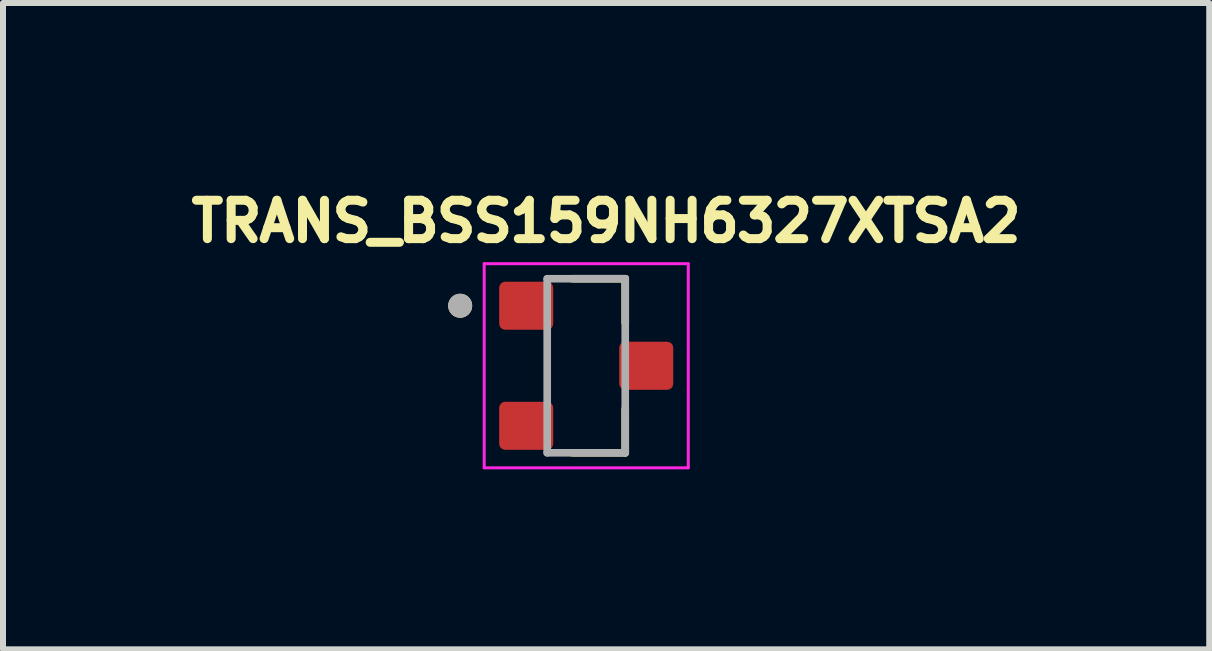
<source format=kicad_pcb>
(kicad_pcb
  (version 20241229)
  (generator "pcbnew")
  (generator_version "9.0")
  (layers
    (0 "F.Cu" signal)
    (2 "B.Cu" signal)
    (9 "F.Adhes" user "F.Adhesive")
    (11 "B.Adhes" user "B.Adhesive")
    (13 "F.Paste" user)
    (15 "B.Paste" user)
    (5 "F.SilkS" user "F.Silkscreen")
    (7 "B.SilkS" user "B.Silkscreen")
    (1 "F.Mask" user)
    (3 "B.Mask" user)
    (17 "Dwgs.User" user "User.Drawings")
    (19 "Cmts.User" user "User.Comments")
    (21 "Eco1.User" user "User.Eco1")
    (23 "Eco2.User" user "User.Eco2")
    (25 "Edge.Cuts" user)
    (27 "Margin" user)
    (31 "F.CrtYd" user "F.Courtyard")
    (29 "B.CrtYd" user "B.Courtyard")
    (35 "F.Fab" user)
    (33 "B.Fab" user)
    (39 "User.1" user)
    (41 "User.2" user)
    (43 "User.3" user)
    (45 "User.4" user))
  (footprint "TRANS_BSS159NH6327XTSA2"
    (layer "F.Cu")
    (at 6.717 3.044)
    (property "Reference" "TRANS_BSS159NH6327XTSA2" (at 0.332 -2.406 0) (layer "F.SilkS") (effects (font (size 0.64 0.64) (thickness 0.15))))
    (attr smd)
    (fp_line (start -0.23 -1.45) (end 0.65 -1.45) (stroke (width 0.127) (type solid)) (layer "F.SilkS"))
    (fp_line (start 0.65 -1.45) (end 0.65 -0.72) (stroke (width 0.127) (type solid)) (layer "F.SilkS"))
    (fp_line (start 0.65 1.45) (end -0.23 1.45) (stroke (width 0.127) (type solid)) (layer "F.SilkS"))
    (fp_line (start 0.65 1.45) (end 0.65 0.72) (stroke (width 0.127) (type solid)) (layer "F.SilkS"))
    (fp_circle (center -2.1 -1) (end -2 -1) (stroke (width 0.2) (type solid)) (fill no) (layer "F.SilkS"))
    (fp_line (start -1.7 -1.7) (end -1.7 1.7) (stroke (width 0.05) (type solid)) (layer "F.CrtYd"))
    (fp_line (start -1.7 1.7) (end 1.7 1.7) (stroke (width 0.05) (type solid)) (layer "F.CrtYd"))
    (fp_line (start 1.7 -1.7) (end -1.7 -1.7) (stroke (width 0.05) (type solid)) (layer "F.CrtYd"))
    (fp_line (start 1.7 1.7) (end 1.7 -1.7) (stroke (width 0.05) (type solid)) (layer "F.CrtYd"))
    (fp_line (start -0.65 -1.45) (end 0.65 -1.45) (stroke (width 0.127) (type solid)) (layer "F.Fab"))
    (fp_line (start -0.65 1.45) (end -0.65 -1.45) (stroke (width 0.127) (type solid)) (layer "F.Fab"))
    (fp_line (start 0.65 -1.45) (end 0.65 1.45) (stroke (width 0.127) (type solid)) (layer "F.Fab"))
    (fp_line (start 0.65 1.45) (end -0.65 1.45) (stroke (width 0.127) (type solid)) (layer "F.Fab"))
    (fp_circle (center -2.1 -1) (end -2 -1) (stroke (width 0.2) (type solid)) (fill no) (layer "F.Fab"))
    (pad "1" smd roundrect (at -1 -1) (size 0.9 0.8) (layers "F.Cu" "F.Mask" "F.Paste") (roundrect_rratio 0.125))
    (pad "2" smd roundrect (at -1 1) (size 0.9 0.8) (layers "F.Cu" "F.Mask" "F.Paste") (roundrect_rratio 0.125))
    (pad "3" smd roundrect (at 1 0) (size 0.9 0.8) (layers "F.Cu" "F.Mask" "F.Paste") (roundrect_rratio 0.125)))
  (gr_rect
    (start -3 -3)
    (end 17.097 7.769)
    (stroke (width 0.1) (type default))
    (fill no)
    (layer "Edge.Cuts")))
</source>
